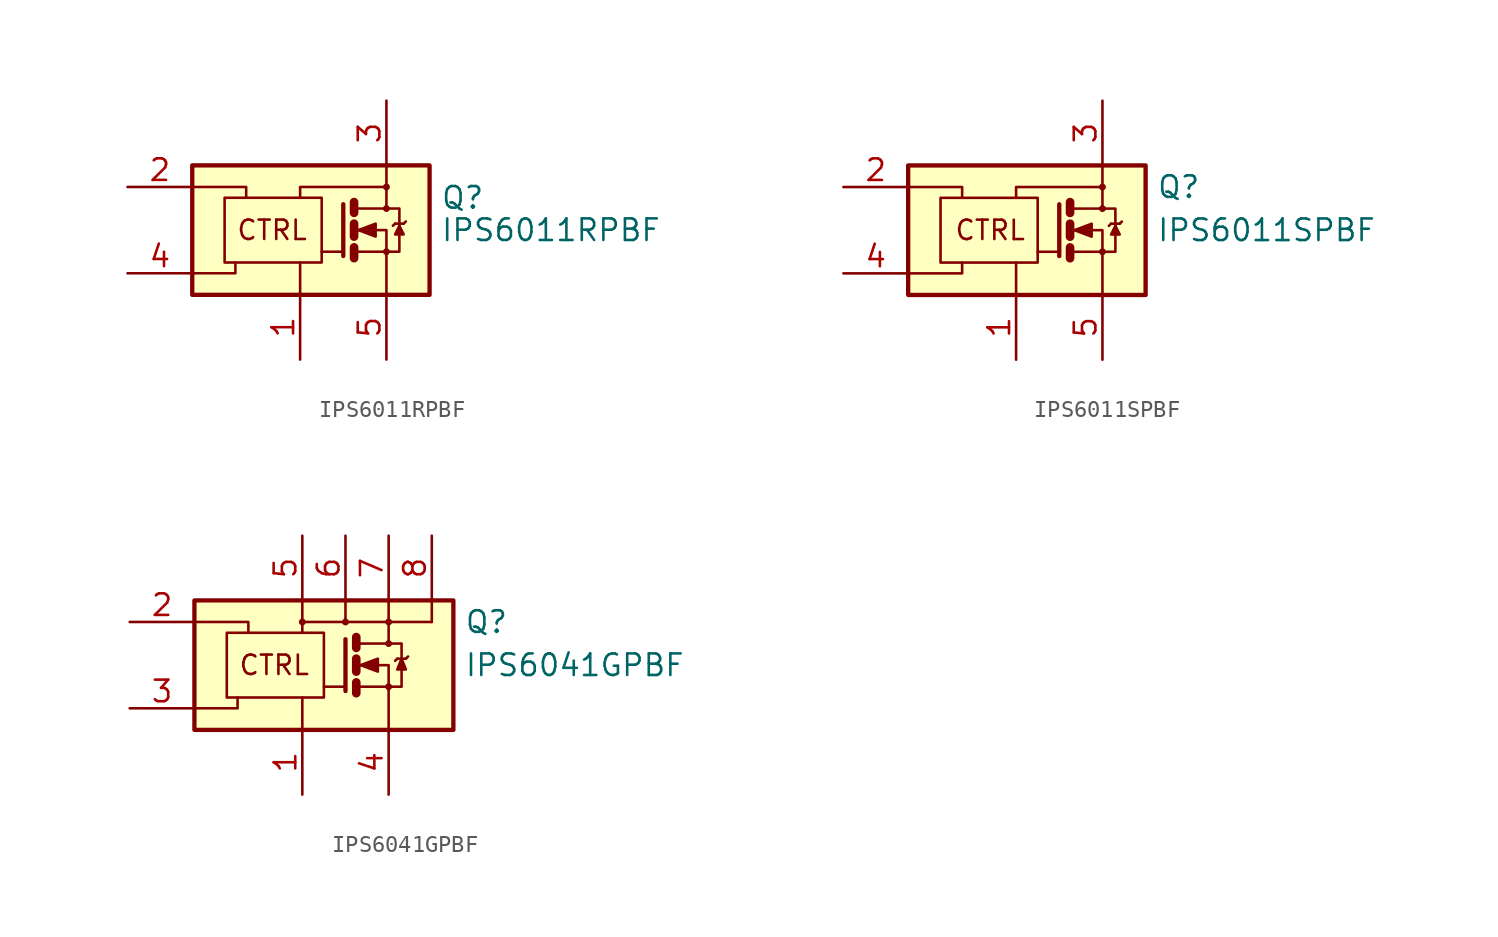
<source format=kicad_sym>
(kicad_symbol_lib
  (version 20201005)
  (generator kicad_symbol_editor)
  (symbol "Power_Management:IPS6011RPBF"
    (pin_names
      (offset 0) hide)
    (property "Reference" "Q"
      (at 8.255 1.905 0)
      (effects (font (size 1.27 1.27)) (justify left)))
    (property "Value" "IPS6011RPBF"
      (at 8.255 0 0)
      (effects (font (size 1.27 1.27)) (justify left)))
    (symbol "IPS6011RPBF_0_0"
      (circle (center 5.08 2.54) (radius 0.127) (stroke (width 0)) (fill (type none)))
      (text "CTRL" (at -1.651 0 0) (effects (font (size 1.143 1.143))))
      (rectangle (start -6.35 3.81) (end 7.62 -3.81) (stroke (width 0.254)) (fill (type background)))
      (polyline (pts (xy 0 -3.81) (xy 0 -1.905)) (stroke (width 0)) (fill (type none)))
      (polyline (pts (xy -6.35 -2.54) (xy -3.81 -2.54) (xy -3.81 -1.905)) (stroke (width 0)) (fill (type none)))
      (polyline (pts (xy -6.35 2.54) (xy -3.175 2.54) (xy -3.175 1.905)) (stroke (width 0)) (fill (type none)))
      (polyline (pts (xy 0 1.905) (xy 0 2.54) (xy 5.08 2.54)) (stroke (width 0)) (fill (type none))))
    (symbol "IPS6011RPBF_0_1"
      (circle (center 5.08 -1.27) (radius 0.127) (stroke (width 0)) (fill (type none)))
      (circle (center 5.08 1.27) (radius 0.127) (stroke (width 0)) (fill (type none)))
      (rectangle (start -4.445 1.905) (end 1.27 -1.905) (stroke (width 0)) (fill (type none)))
      (polyline (pts (xy 2.54 -1.27) (xy 1.27 -1.27)) (stroke (width 0)) (fill (type none)))
      (polyline (pts (xy 3.175 -1.27) (xy 5.08 -1.27)) (stroke (width 0)) (fill (type none)))
      (polyline (pts (xy 3.175 -1.016) (xy 3.175 -1.651)) (stroke (width 0.508)) (fill (type none)))
      (polyline (pts (xy 3.175 0.381) (xy 3.175 -0.381)) (stroke (width 0.508)) (fill (type none)))
      (polyline (pts (xy 3.175 1.651) (xy 3.175 1.016)) (stroke (width 0.508)) (fill (type none)))
      (polyline (pts (xy 5.588 0.381) (xy 5.461 0.254)) (stroke (width 0)) (fill (type none)))
      (polyline (pts (xy 5.588 0.381) (xy 6.096 0.381)) (stroke (width 0)) (fill (type none)))
      (polyline (pts (xy 6.096 0.381) (xy 6.223 0.508)) (stroke (width 0)) (fill (type none)))
      (polyline (pts (xy 2.54 1.524) (xy 2.54 -1.524) (xy 2.54 -1.524)) (stroke (width 0.254)) (fill (type none)))
      (polyline (pts (xy 3.175 0) (xy 5.08 0) (xy 5.08 -3.81)) (stroke (width 0)) (fill (type none)))
      (polyline (pts (xy 3.175 1.27) (xy 5.08 1.27) (xy 5.08 3.81)) (stroke (width 0)) (fill (type none)))
      (polyline (pts (xy 5.08 -1.27) (xy 5.842 -1.27) (xy 5.842 1.27) (xy 5.08 1.27)) (stroke (width 0)) (fill (type none)))
      (polyline (pts (xy 5.842 0.254) (xy 5.588 -0.254) (xy 6.096 -0.254) (xy 5.842 0.254)) (stroke (width 0)) (fill (type outline)))
      (polyline (pts (xy 3.429 0) (xy 4.445 0.381) (xy 4.445 -0.381) (xy 3.429 0) (xy 3.556 0) (xy 3.556 0)) (stroke (width 0)) (fill (type outline))))
    (symbol "IPS6011RPBF_1_1"
      (pin power_in line (at 0 -7.62 90) (length 3.81) (name "GND" (effects (font (size 1.27 1.27)))) (number "1" (effects (font (size 1.27 1.27)))))
      (pin input line (at -10.16 2.54 0) (length 3.81) (name "IN" (effects (font (size 1.27 1.27)))) (number "2" (effects (font (size 1.27 1.27)))))
      (pin power_in line (at 5.08 7.62 270) (length 3.81) (name "VCC" (effects (font (size 1.27 1.27)))) (number "3" (effects (font (size 1.27 1.27)))))
      (pin bidirectional line (at -10.16 -2.54 0) (length 3.81) (name "DG" (effects (font (size 1.27 1.27)))) (number "4" (effects (font (size 1.27 1.27)))))
      (pin output line (at 5.08 -7.62 90) (length 3.81) (name "OUT" (effects (font (size 1.27 1.27)))) (number "5" (effects (font (size 1.27 1.27)))))))
  (symbol "Power_Management:IPS6011SPBF"
    (pin_names
      (offset 0) hide)
    (property "Reference" "Q"
      (at 8.255 2.54 0)
      (effects (font (size 1.27 1.27)) (justify left)))
    (property "Value" "IPS6011SPBF"
      (at 8.255 0 0)
      (effects (font (size 1.27 1.27)) (justify left)))
    (symbol "IPS6011SPBF_0_0"
      (circle (center 5.08 2.54) (radius 0.127) (stroke (width 0)) (fill (type none)))
      (text "CTRL" (at -1.524 0 0) (effects (font (size 1.143 1.143))))
      (rectangle (start -6.35 3.81) (end 7.62 -3.81) (stroke (width 0.254)) (fill (type background)))
      (polyline (pts (xy 0 -3.81) (xy 0 -1.905)) (stroke (width 0)) (fill (type none)))
      (polyline (pts (xy -6.35 -2.54) (xy -3.175 -2.54) (xy -3.175 -1.905)) (stroke (width 0)) (fill (type none)))
      (polyline (pts (xy -6.35 2.54) (xy -3.175 2.54) (xy -3.175 1.905)) (stroke (width 0)) (fill (type none)))
      (polyline (pts (xy 0 1.905) (xy 0 2.54) (xy 5.08 2.54)) (stroke (width 0)) (fill (type none))))
    (symbol "IPS6011SPBF_0_1"
      (circle (center 5.08 -1.27) (radius 0.127) (stroke (width 0)) (fill (type none)))
      (circle (center 5.08 1.27) (radius 0.127) (stroke (width 0)) (fill (type none)))
      (rectangle (start -4.445 1.905) (end 1.27 -1.905) (stroke (width 0)) (fill (type none)))
      (polyline (pts (xy 2.54 -1.27) (xy 1.27 -1.27)) (stroke (width 0)) (fill (type none)))
      (polyline (pts (xy 3.175 -1.016) (xy 3.175 -1.651)) (stroke (width 0.508)) (fill (type none)))
      (polyline (pts (xy 3.175 0.381) (xy 3.175 -0.381)) (stroke (width 0.508)) (fill (type none)))
      (polyline (pts (xy 3.175 1.651) (xy 3.175 1.016)) (stroke (width 0.508)) (fill (type none)))
      (polyline (pts (xy 5.588 0.381) (xy 5.461 0.254)) (stroke (width 0)) (fill (type none)))
      (polyline (pts (xy 5.588 0.381) (xy 6.096 0.381)) (stroke (width 0)) (fill (type none)))
      (polyline (pts (xy 6.096 0.381) (xy 6.223 0.508)) (stroke (width 0)) (fill (type none)))
      (polyline (pts (xy 2.54 1.524) (xy 2.54 -1.524) (xy 2.54 -1.524)) (stroke (width 0.254)) (fill (type none)))
      (polyline (pts (xy 3.302 -1.27) (xy 5.08 -1.27) (xy 5.08 -3.81)) (stroke (width 0)) (fill (type none)))
      (polyline (pts (xy 3.302 0) (xy 5.08 0) (xy 5.08 -1.27)) (stroke (width 0)) (fill (type none)))
      (polyline (pts (xy 3.302 1.27) (xy 5.08 1.27) (xy 5.08 3.81) (xy 5.08 2.54)) (stroke (width 0)) (fill (type none)))
      (polyline (pts (xy 5.08 -1.27) (xy 5.842 -1.27) (xy 5.842 1.27) (xy 5.08 1.27)) (stroke (width 0)) (fill (type none)))
      (polyline (pts (xy 5.842 0.254) (xy 5.588 -0.254) (xy 6.096 -0.254) (xy 5.842 0.254)) (stroke (width 0)) (fill (type outline)))
      (polyline (pts (xy 3.429 0) (xy 4.445 0.381) (xy 4.445 -0.381) (xy 3.429 0) (xy 3.556 0) (xy 3.556 0)) (stroke (width 0)) (fill (type outline))))
    (symbol "IPS6011SPBF_1_1"
      (pin power_in line (at 0 -7.62 90) (length 3.81) (name "GND" (effects (font (size 1.27 1.27)))) (number "1" (effects (font (size 1.27 1.27)))))
      (pin input line (at -10.16 2.54 0) (length 3.81) (name "IN" (effects (font (size 1.27 1.27)))) (number "2" (effects (font (size 1.27 1.27)))))
      (pin power_in line (at 5.08 7.62 270) (length 3.81) (name "VCC" (effects (font (size 1.27 1.27)))) (number "3" (effects (font (size 1.27 1.27)))))
      (pin bidirectional line (at -10.16 -2.54 0) (length 3.81) (name "DG" (effects (font (size 1.27 1.27)))) (number "4" (effects (font (size 1.27 1.27)))))
      (pin output line (at 5.08 -7.62 90) (length 3.81) (name "OUT" (effects (font (size 1.27 1.27)))) (number "5" (effects (font (size 1.27 1.27)))))))
  (symbol "Power_Management:IPS6041GPBF"
    (pin_names
      (offset 0) hide)
    (property "Reference" "Q"
      (at 9.525 2.54 0)
      (effects (font (size 1.27 1.27)) (justify left)))
    (property "Value" "IPS6041GPBF"
      (at 9.525 0 0)
      (effects (font (size 1.27 1.27)) (justify left)))
    (symbol "IPS6041GPBF_0_0"
      (circle (center 0 2.54) (radius 0.127) (stroke (width 0)) (fill (type none)))
      (circle (center 2.54 2.54) (radius 0.127) (stroke (width 0)) (fill (type none)))
      (circle (center 5.08 2.54) (radius 0.127) (stroke (width 0)) (fill (type none)))
      (text "CTRL" (at -1.651 0 0) (effects (font (size 1.143 1.143))))
      (rectangle (start -6.35 3.81) (end 8.89 -3.81) (stroke (width 0.254)) (fill (type background)))
      (polyline (pts (xy 0 -3.81) (xy 0 -1.905)) (stroke (width 0)) (fill (type none)))
      (polyline (pts (xy 0 2.54) (xy 0 3.81)) (stroke (width 0)) (fill (type none)))
      (polyline (pts (xy 2.54 2.54) (xy 2.54 3.81)) (stroke (width 0)) (fill (type none)))
      (polyline (pts (xy -6.35 -2.54) (xy -3.81 -2.54) (xy -3.81 -1.905)) (stroke (width 0)) (fill (type none)))
      (polyline (pts (xy -6.35 2.54) (xy -3.175 2.54) (xy -3.175 1.905)) (stroke (width 0)) (fill (type none)))
      (polyline (pts (xy 0 1.905) (xy 0 2.54) (xy 5.08 2.54)) (stroke (width 0)) (fill (type none))))
    (symbol "IPS6041GPBF_0_1"
      (circle (center 5.08 -1.27) (radius 0.127) (stroke (width 0)) (fill (type none)))
      (circle (center 5.08 1.27) (radius 0.127) (stroke (width 0)) (fill (type none)))
      (rectangle (start -4.445 1.905) (end 1.27 -1.905) (stroke (width 0)) (fill (type none)))
      (polyline (pts (xy 2.54 -1.27) (xy 1.27 -1.27)) (stroke (width 0)) (fill (type none)))
      (polyline (pts (xy 3.175 -1.016) (xy 3.175 -1.651)) (stroke (width 0.508)) (fill (type none)))
      (polyline (pts (xy 3.175 0.381) (xy 3.175 -0.381)) (stroke (width 0.508)) (fill (type none)))
      (polyline (pts (xy 3.175 1.651) (xy 3.175 1.016)) (stroke (width 0.508)) (fill (type none)))
      (polyline (pts (xy 3.302 -1.27) (xy 5.08 -1.27)) (stroke (width 0)) (fill (type none)))
      (polyline (pts (xy 3.302 1.27) (xy 5.08 1.27)) (stroke (width 0)) (fill (type none)))
      (polyline (pts (xy 5.08 1.27) (xy 5.08 3.81)) (stroke (width 0)) (fill (type none)))
      (polyline (pts (xy 5.08 2.54) (xy 7.62 2.54)) (stroke (width 0)) (fill (type none)))
      (polyline (pts (xy 5.588 0.381) (xy 5.461 0.254)) (stroke (width 0)) (fill (type none)))
      (polyline (pts (xy 5.588 0.381) (xy 6.096 0.381)) (stroke (width 0)) (fill (type none)))
      (polyline (pts (xy 6.096 0.381) (xy 6.223 0.508)) (stroke (width 0)) (fill (type none)))
      (polyline (pts (xy 7.62 3.81) (xy 7.62 2.54)) (stroke (width 0)) (fill (type none)))
      (polyline (pts (xy 2.54 1.524) (xy 2.54 -1.524) (xy 2.54 -1.524)) (stroke (width 0.254)) (fill (type none)))
      (polyline (pts (xy 3.302 0) (xy 5.08 0) (xy 5.08 -3.81)) (stroke (width 0)) (fill (type none)))
      (polyline (pts (xy 5.08 -1.27) (xy 5.842 -1.27) (xy 5.842 1.27) (xy 5.08 1.27)) (stroke (width 0)) (fill (type none)))
      (polyline (pts (xy 5.842 0.381) (xy 5.588 -0.254) (xy 6.096 -0.254) (xy 5.842 0.381)) (stroke (width 0)) (fill (type outline)))
      (polyline (pts (xy 3.429 0) (xy 4.445 0.381) (xy 4.445 -0.381) (xy 3.429 0) (xy 3.556 0) (xy 3.556 0)) (stroke (width 0)) (fill (type outline))))
    (symbol "IPS6041GPBF_1_1"
      (pin power_in line (at 0 -7.62 90) (length 3.81) (name "GND" (effects (font (size 1.27 1.27)))) (number "1" (effects (font (size 1.27 1.27)))))
      (pin input line (at -10.16 2.54 0) (length 3.81) (name "IN" (effects (font (size 1.27 1.27)))) (number "2" (effects (font (size 1.27 1.27)))))
      (pin bidirectional line (at -10.16 -2.54 0) (length 3.81) (name "DG" (effects (font (size 1.27 1.27)))) (number "3" (effects (font (size 1.27 1.27)))))
      (pin output line (at 5.08 -7.62 90) (length 3.81) (name "OUT" (effects (font (size 1.27 1.27)))) (number "4" (effects (font (size 1.27 1.27)))))
      (pin power_in line (at 0 7.62 270) (length 3.81) (name "VCC" (effects (font (size 1.27 1.27)))) (number "5" (effects (font (size 1.27 1.27)))))
      (pin power_in line (at 2.54 7.62 270) (length 3.81) (name "~" (effects (font (size 1.27 1.27)))) (number "6" (effects (font (size 1.27 1.27)))))
      (pin power_in line (at 5.08 7.62 270) (length 3.81) (name "~" (effects (font (size 1.27 1.27)))) (number "7" (effects (font (size 1.27 1.27)))))
      (pin power_in line (at 7.62 7.62 270) (length 3.81) (name "~" (effects (font (size 1.27 1.27)))) (number "8" (effects (font (size 1.27 1.27))))))))
</source>
